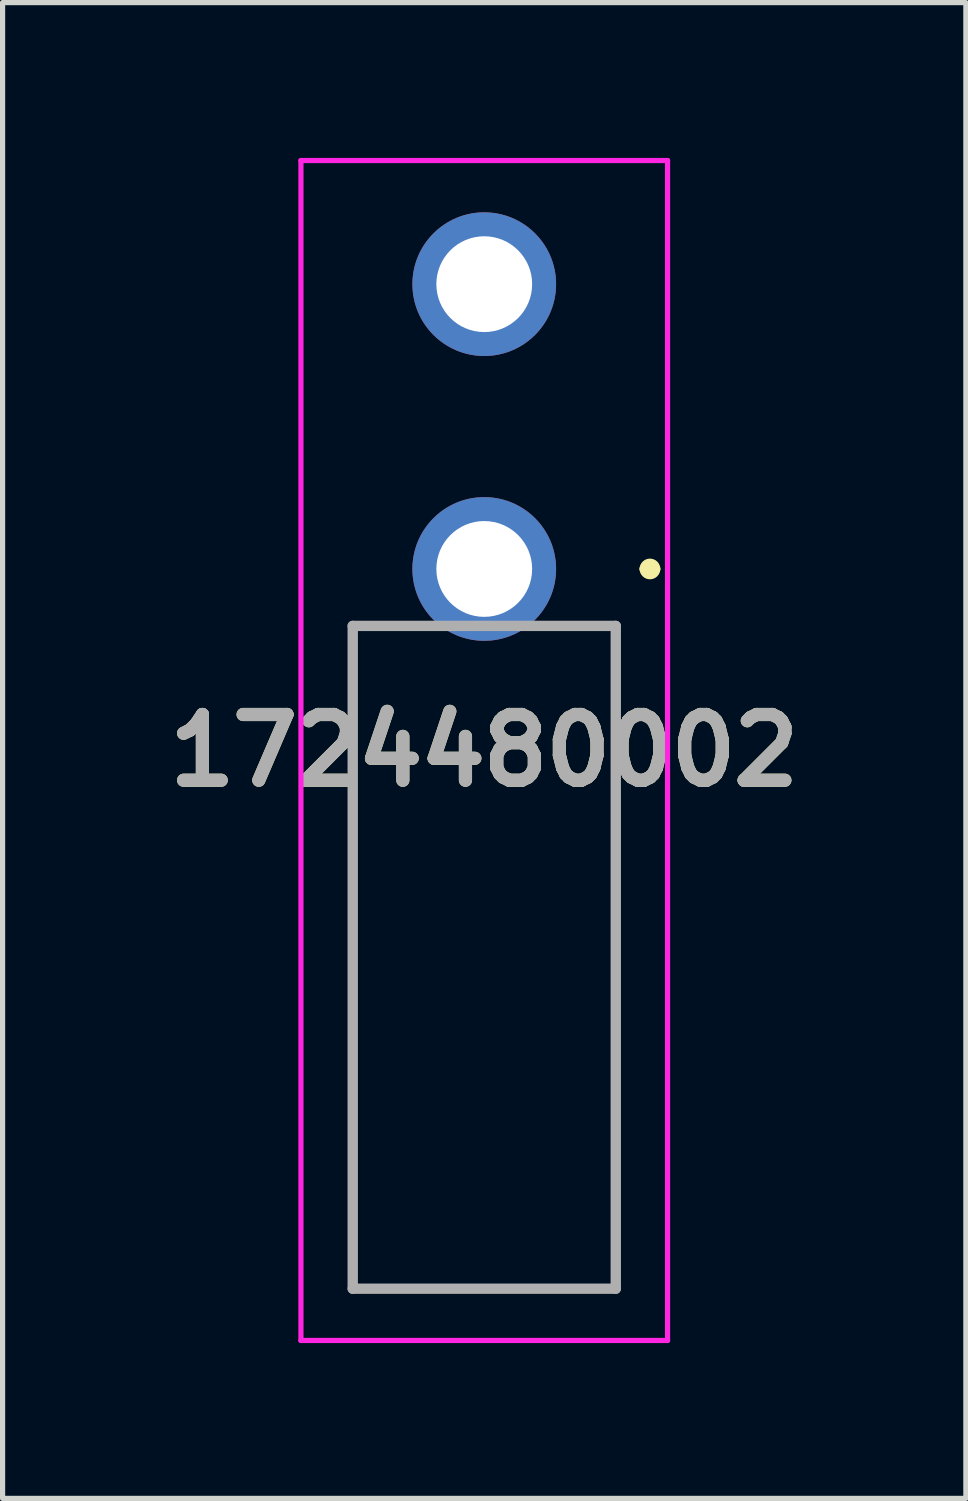
<source format=kicad_pcb>
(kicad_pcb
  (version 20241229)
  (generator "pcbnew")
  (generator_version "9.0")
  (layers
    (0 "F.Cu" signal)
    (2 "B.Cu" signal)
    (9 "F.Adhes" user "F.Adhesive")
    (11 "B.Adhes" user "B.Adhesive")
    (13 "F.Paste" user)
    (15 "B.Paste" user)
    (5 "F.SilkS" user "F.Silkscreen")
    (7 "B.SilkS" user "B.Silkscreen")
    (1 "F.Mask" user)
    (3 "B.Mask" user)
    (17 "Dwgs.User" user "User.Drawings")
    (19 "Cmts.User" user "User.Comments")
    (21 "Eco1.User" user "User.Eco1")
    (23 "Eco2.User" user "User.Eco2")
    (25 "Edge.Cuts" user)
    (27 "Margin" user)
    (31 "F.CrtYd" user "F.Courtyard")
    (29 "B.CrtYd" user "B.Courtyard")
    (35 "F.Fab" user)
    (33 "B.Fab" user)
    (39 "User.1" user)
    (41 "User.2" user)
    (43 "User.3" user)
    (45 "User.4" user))
  (footprint "1724480002"
    (layer "F.Cu")
    (at 6.302 7.938)
    (property "Reference" "1724480002" (at 0 3.506 0) (layer "F.SilkS") (effects (font (size 1.27 1.27) (thickness 0.254))))
    (attr through_hole)
    (fp_line (start -2.54 1.1) (end -2.54 13.9) (stroke (width 0.1) (type solid)) (layer "F.SilkS"))
    (fp_line (start -2.54 13.9) (end 2.5 13.9) (stroke (width 0.1) (type solid)) (layer "F.SilkS"))
    (fp_line (start -2 1.1) (end -2.54 1.1) (stroke (width 0.1) (type solid)) (layer "F.SilkS"))
    (fp_line (start 2.5 13.9) (end 2.54 13.9) (stroke (width 0.1) (type solid)) (layer "F.SilkS"))
    (fp_line (start 2.54 1.1) (end 2 1.1) (stroke (width 0.1) (type solid)) (layer "F.SilkS"))
    (fp_line (start 2.54 13.9) (end 2.54 1.1) (stroke (width 0.1) (type solid)) (layer "F.SilkS"))
    (fp_line (start 3.1 0) (end 3.1 0) (stroke (width 0.2) (type solid)) (layer "F.SilkS"))
    (fp_line (start 3.3 0) (end 3.3 0) (stroke (width 0.2) (type solid)) (layer "F.SilkS"))
    (fp_arc (start 3.1 0) (mid 3.2 -0.1) (end 3.3 0) (stroke (width 0.2) (type solid)) (layer "F.SilkS"))
    (fp_arc (start 3.3 0) (mid 3.2 0.1) (end 3.1 0) (stroke (width 0.2) (type solid)) (layer "F.SilkS"))
    (fp_line (start -3.54 -7.888) (end 3.54 -7.888) (stroke (width 0.1) (type solid)) (layer "F.CrtYd"))
    (fp_line (start -3.54 14.9) (end -3.54 -7.888) (stroke (width 0.1) (type solid)) (layer "F.CrtYd"))
    (fp_line (start 3.54 -7.888) (end 3.54 14.9) (stroke (width 0.1) (type solid)) (layer "F.CrtYd"))
    (fp_line (start 3.54 14.9) (end -3.54 14.9) (stroke (width 0.1) (type solid)) (layer "F.CrtYd"))
    (fp_line (start -2.54 1.1) (end 2.54 1.1) (stroke (width 0.2) (type solid)) (layer "F.Fab"))
    (fp_line (start -2.54 13.9) (end -2.54 1.1) (stroke (width 0.2) (type solid)) (layer "F.Fab"))
    (fp_line (start 2.54 1.1) (end 2.54 13.9) (stroke (width 0.2) (type solid)) (layer "F.Fab"))
    (fp_line (start 2.54 13.9) (end -2.54 13.9) (stroke (width 0.2) (type solid)) (layer "F.Fab"))
    (fp_text user "${REFERENCE}" (at 0 3.506 0) (layer "F.Fab") (effects (font (size 1.27 1.27) (thickness 0.254))))
    (pad "" np_thru_hole circle (at 0 7.3) (size 0.001 0.001) (drill 3.05) (layers "*.Cu" "*.Mask"))
    (pad "1" thru_hole circle (at 0 0) (size 2.775 2.775) (drill 1.85) (layers "*.Cu" "*.Mask"))
    (pad "2" thru_hole circle (at 0 -5.5) (size 2.775 2.775) (drill 1.85) (layers "*.Cu" "*.Mask")))
  (gr_rect
    (start -3 -3)
    (end 15.603 25.888)
    (stroke (width 0.1) (type default))
    (fill no)
    (layer "Edge.Cuts")))
</source>
